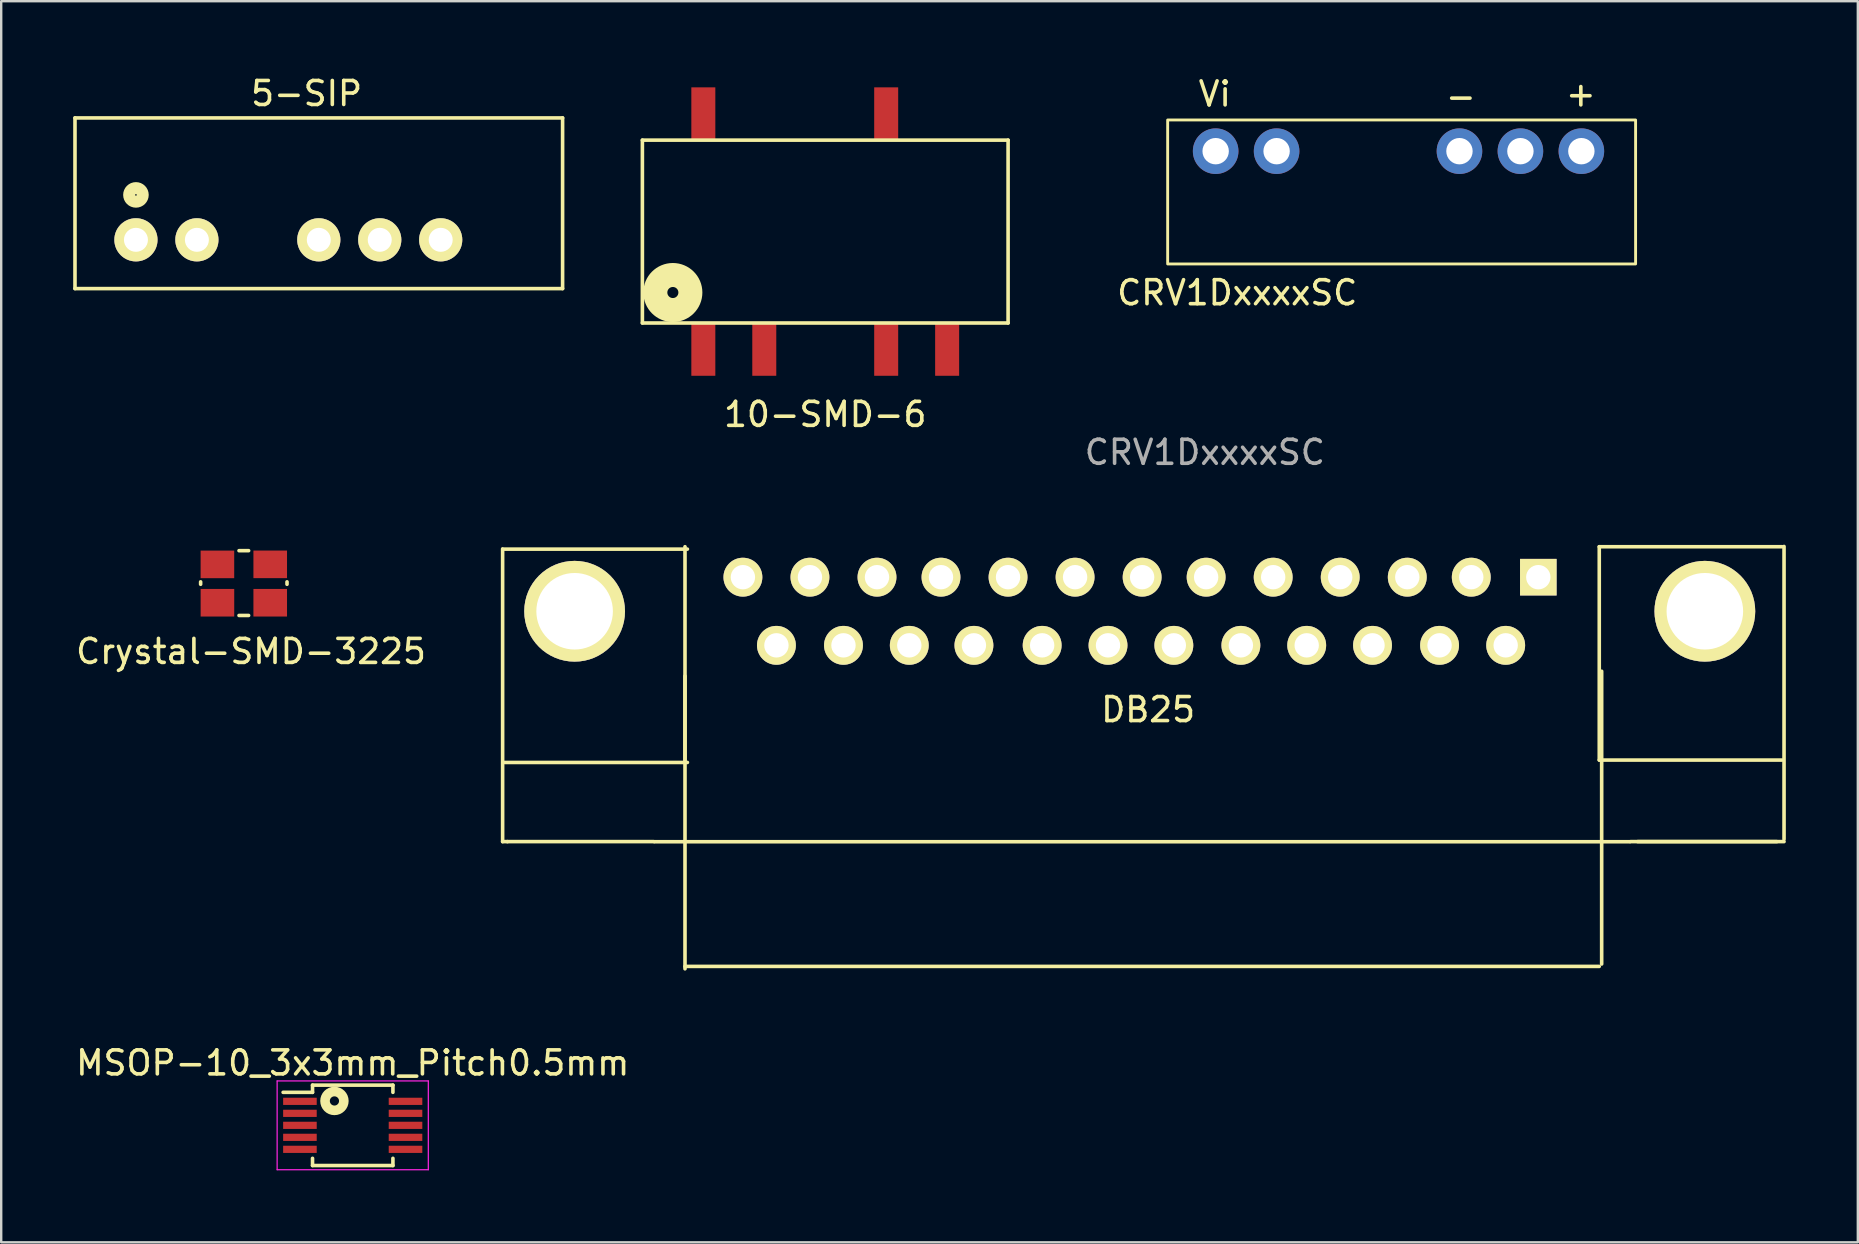
<source format=kicad_pcb>
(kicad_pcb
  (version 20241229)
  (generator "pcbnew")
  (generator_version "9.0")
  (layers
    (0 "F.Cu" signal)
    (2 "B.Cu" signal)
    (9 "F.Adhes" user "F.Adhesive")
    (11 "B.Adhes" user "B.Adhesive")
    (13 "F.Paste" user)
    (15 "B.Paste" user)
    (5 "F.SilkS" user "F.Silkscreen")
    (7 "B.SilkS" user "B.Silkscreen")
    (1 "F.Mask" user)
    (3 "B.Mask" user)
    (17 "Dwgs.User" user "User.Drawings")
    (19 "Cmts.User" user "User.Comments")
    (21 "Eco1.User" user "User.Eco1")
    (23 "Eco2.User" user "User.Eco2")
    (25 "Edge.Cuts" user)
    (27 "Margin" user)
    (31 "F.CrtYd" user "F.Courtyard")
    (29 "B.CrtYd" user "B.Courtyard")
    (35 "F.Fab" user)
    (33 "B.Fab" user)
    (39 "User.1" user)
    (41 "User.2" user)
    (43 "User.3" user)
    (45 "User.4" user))
  (footprint "Crystal-SMD-3225"
    (layer "F.Cu")
    (at 5.311 19.898)
    (property "Reference" "Crystal-SMD-3225" (at 2.1 4.2 0) (layer "F.SilkS") (effects (font (size 1 1) (thickness 0.15))))
    (attr through_hole)
    (fp_line (start 0 1.4) (end 0 1.3) (stroke (width 0.15) (type solid)) (layer "F.SilkS"))
    (fp_line (start 1.6 0) (end 2 0) (stroke (width 0.15) (type solid)) (layer "F.SilkS"))
    (fp_line (start 1.6 2.7) (end 2 2.7) (stroke (width 0.15) (type solid)) (layer "F.SilkS"))
    (fp_line (start 3.6 1.4) (end 3.6 1.3) (stroke (width 0.15) (type solid)) (layer "F.SilkS"))
    (pad "1" smd rect (at 0.7 2.17) (size 1.4 1.15) (layers "F.Cu" "F.Mask" "F.Paste"))
    (pad "2" smd rect (at 2.9 2.17) (size 1.4 1.15) (layers "F.Cu" "F.Mask" "F.Paste"))
    (pad "3" smd rect (at 2.9 0.57) (size 1.4 1.15) (layers "F.Cu" "F.Mask" "F.Paste"))
    (pad "4" smd rect (at 0.699 0.572) (size 1.4 1.15) (layers "F.Cu" "F.Mask" "F.Paste")))
  (footprint "MSOP-10_3x3mm_Pitch0.5mm"
    (layer "F.Cu")
    (at 11.649 43.846)
    (property "Reference" "MSOP-10_3x3mm_Pitch0.5mm" (at 0 -2.6 0) (layer "F.SilkS") (effects (font (size 1 1) (thickness 0.15))))
    (attr smd)
    (fp_line (start -1.675 -1.675) (end -1.675 -1.375) (stroke (width 0.15) (type solid)) (layer "F.SilkS"))
    (fp_line (start -1.675 -1.675) (end 1.675 -1.675) (stroke (width 0.15) (type solid)) (layer "F.SilkS"))
    (fp_line (start -1.675 -1.375) (end -2.9 -1.375) (stroke (width 0.15) (type solid)) (layer "F.SilkS"))
    (fp_line (start -1.675 1.675) (end -1.675 1.375) (stroke (width 0.15) (type solid)) (layer "F.SilkS"))
    (fp_line (start -1.675 1.675) (end 1.675 1.675) (stroke (width 0.15) (type solid)) (layer "F.SilkS"))
    (fp_line (start 1.675 -1.675) (end 1.675 -1.375) (stroke (width 0.15) (type solid)) (layer "F.SilkS"))
    (fp_line (start 1.675 1.675) (end 1.675 1.375) (stroke (width 0.15) (type solid)) (layer "F.SilkS"))
    (fp_circle (center -0.762 -1.016) (end -0.57 -1.016) (stroke (width 0.4) (type solid)) (fill no) (layer "F.SilkS"))
    (fp_line (start -3.15 -1.85) (end -3.15 1.85) (stroke (width 0.05) (type solid)) (layer "F.CrtYd"))
    (fp_line (start -3.15 -1.85) (end 3.15 -1.85) (stroke (width 0.05) (type solid)) (layer "F.CrtYd"))
    (fp_line (start -3.15 1.85) (end 3.15 1.85) (stroke (width 0.05) (type solid)) (layer "F.CrtYd"))
    (fp_line (start 3.15 -1.85) (end 3.15 1.85) (stroke (width 0.05) (type solid)) (layer "F.CrtYd"))
    (pad "1" smd rect (at -2.2 -1) (size 1.4 0.3) (layers "F.Cu" "F.Mask" "F.Paste"))
    (pad "2" smd rect (at -2.2 -0.5) (size 1.4 0.3) (layers "F.Cu" "F.Mask" "F.Paste"))
    (pad "3" smd rect (at -2.2 0) (size 1.4 0.3) (layers "F.Cu" "F.Mask" "F.Paste"))
    (pad "4" smd rect (at -2.2 0.5) (size 1.4 0.3) (layers "F.Cu" "F.Mask" "F.Paste"))
    (pad "5" smd rect (at -2.2 1) (size 1.4 0.3) (layers "F.Cu" "F.Mask" "F.Paste"))
    (pad "6" smd rect (at 2.2 1) (size 1.4 0.3) (layers "F.Cu" "F.Mask" "F.Paste"))
    (pad "7" smd rect (at 2.2 0.5) (size 1.4 0.3) (layers "F.Cu" "F.Mask" "F.Paste"))
    (pad "8" smd rect (at 2.2 0) (size 1.4 0.3) (layers "F.Cu" "F.Mask" "F.Paste"))
    (pad "9" smd rect (at 2.2 -0.5) (size 1.4 0.3) (layers "F.Cu" "F.Mask" "F.Paste"))
    (pad "10" smd rect (at 2.2 -1) (size 1.4 0.3) (layers "F.Cu" "F.Mask" "F.Paste")))
  (footprint "DB25"
    (layer "F.Cu")
    (at 20.896 22.423)
    (property "Reference" "DB25" (at 23.9 4.1 180) (layer "F.SilkS") (effects (font (size 1 1) (thickness 0.15))))
    (attr through_hole)
    (fp_line (start -3 9.6) (end -3 -2.6) (stroke (width 0.15) (type solid)) (layer "F.SilkS"))
    (fp_line (start -2.92 6.3) (end 4.7 6.3) (stroke (width 0.15) (type solid)) (layer "F.SilkS"))
    (fp_line (start -2.8 9.6) (end -3 9.6) (stroke (width 0.15) (type solid)) (layer "F.SilkS"))
    (fp_line (start 3.3 9.6) (end -2.8 9.6) (stroke (width 0.15) (type solid)) (layer "F.SilkS"))
    (fp_line (start 4.6 6.2) (end 4.6 -2.69) (stroke (width 0.15) (type solid)) (layer "F.SilkS"))
    (fp_line (start 4.6 14.8) (end 42.7 14.8) (stroke (width 0.15) (type solid)) (layer "F.SilkS"))
    (fp_line (start 4.6 14.9) (end 4.6 2.7) (stroke (width 0.15) (type solid)) (layer "F.SilkS"))
    (fp_line (start 4.7 -2.59) (end -2.92 -2.59) (stroke (width 0.15) (type solid)) (layer "F.SilkS"))
    (fp_line (start 42.7 6.2) (end 42.7 -2.69) (stroke (width 0.15) (type solid)) (layer "F.SilkS"))
    (fp_line (start 42.8 14.7) (end 42.8 2.5) (stroke (width 0.15) (type solid)) (layer "F.SilkS"))
    (fp_line (start 43.97 9.605) (end 3.33 9.605) (stroke (width 0.15) (type solid)) (layer "F.SilkS"))
    (fp_line (start 50.1 9.6) (end 44 9.6) (stroke (width 0.15) (type solid)) (layer "F.SilkS"))
    (fp_line (start 50.32 -2.69) (end 42.7 -2.69) (stroke (width 0.15) (type solid)) (layer "F.SilkS"))
    (fp_line (start 50.32 6.2) (end 42.7 6.2) (stroke (width 0.15) (type solid)) (layer "F.SilkS"))
    (fp_line (start 50.4 9.5) (end 50.4 -2.7) (stroke (width 0.15) (type solid)) (layer "F.SilkS"))
    (fp_line (start 50.4 9.6) (end 44.3 9.6) (stroke (width 0.15) (type solid)) (layer "F.SilkS"))
    (pad "1" thru_hole rect (at 40.16 -1.42 180) (size 1.524 1.524) (drill 1.016) (layers "*.Cu" "*.Mask" "F.SilkS"))
    (pad "2" thru_hole circle (at 37.366 -1.42 180) (size 1.62 1.62) (drill 1.016) (layers "*.Cu" "*.Mask" "F.SilkS"))
    (pad "3" thru_hole circle (at 34.699 -1.42 180) (size 1.62 1.62) (drill 1.016) (layers "*.Cu" "*.Mask" "F.SilkS"))
    (pad "4" thru_hole circle (at 31.905 -1.42 180) (size 1.62 1.62) (drill 1.016) (layers "*.Cu" "*.Mask" "F.SilkS"))
    (pad "5" thru_hole circle (at 29.111 -1.42 180) (size 1.62 1.62) (drill 1.016) (layers "*.Cu" "*.Mask" "F.SilkS"))
    (pad "6" thru_hole circle (at 26.317 -1.42 180) (size 1.62 1.62) (drill 1.016) (layers "*.Cu" "*.Mask" "F.SilkS"))
    (pad "7" thru_hole circle (at 23.65 -1.42 180) (size 1.62 1.62) (drill 1.016) (layers "*.Cu" "*.Mask" "F.SilkS"))
    (pad "8" thru_hole circle (at 20.856 -1.42 180) (size 1.62 1.62) (drill 1.016) (layers "*.Cu" "*.Mask" "F.SilkS"))
    (pad "9" thru_hole circle (at 18.062 -1.42 180) (size 1.62 1.62) (drill 1.016) (layers "*.Cu" "*.Mask" "F.SilkS"))
    (pad "10" thru_hole circle (at 15.268 -1.42 180) (size 1.62 1.62) (drill 1.016) (layers "*.Cu" "*.Mask" "F.SilkS"))
    (pad "11" thru_hole circle (at 12.601 -1.42 180) (size 1.62 1.62) (drill 1.016) (layers "*.Cu" "*.Mask" "F.SilkS"))
    (pad "12" thru_hole circle (at 9.807 -1.42 180) (size 1.62 1.62) (drill 1.016) (layers "*.Cu" "*.Mask" "F.SilkS"))
    (pad "13" thru_hole circle (at 7.013 -1.42 180) (size 1.62 1.62) (drill 1.016) (layers "*.Cu" "*.Mask" "F.SilkS"))
    (pad "14" thru_hole circle (at 38.8 1.42 180) (size 1.62 1.62) (drill 1.016) (layers "*.Cu" "*.Mask" "F.SilkS"))
    (pad "15" thru_hole circle (at 36.045 1.42 180) (size 1.62 1.62) (drill 1.016) (layers "*.Cu" "*.Mask" "F.SilkS"))
    (pad "16" thru_hole circle (at 33.251 1.42 180) (size 1.62 1.62) (drill 1.016) (layers "*.Cu" "*.Mask" "F.SilkS"))
    (pad "17" thru_hole circle (at 30.508 1.42 180) (size 1.62 1.62) (drill 1.016) (layers "*.Cu" "*.Mask" "F.SilkS"))
    (pad "18" thru_hole circle (at 27.765 1.42 180) (size 1.62 1.62) (drill 1.016) (layers "*.Cu" "*.Mask" "F.SilkS"))
    (pad "19" thru_hole circle (at 24.971 1.42 180) (size 1.62 1.62) (drill 1.016) (layers "*.Cu" "*.Mask" "F.SilkS"))
    (pad "20" thru_hole circle (at 22.228 1.42 180) (size 1.62 1.62) (drill 1.016) (layers "*.Cu" "*.Mask" "F.SilkS"))
    (pad "21" thru_hole circle (at 19.484 1.42 180) (size 1.62 1.62) (drill 1.016) (layers "*.Cu" "*.Mask" "F.SilkS"))
    (pad "22" thru_hole circle (at 16.64 1.42 180) (size 1.62 1.62) (drill 1.016) (layers "*.Cu" "*.Mask" "F.SilkS"))
    (pad "23" thru_hole circle (at 13.947 1.42 180) (size 1.62 1.62) (drill 1.016) (layers "*.Cu" "*.Mask" "F.SilkS"))
    (pad "24" thru_hole circle (at 11.204 1.42 180) (size 1.62 1.62) (drill 1.016) (layers "*.Cu" "*.Mask" "F.SilkS"))
    (pad "25" thru_hole circle (at 8.41 1.42 180) (size 1.62 1.62) (drill 1.016) (layers "*.Cu" "*.Mask" "F.SilkS"))
    (pad "26" thru_hole circle (at 0 0 180) (size 4.2 4.2) (drill 3.19) (layers "*.Cu" "*.Mask" "F.SilkS"))
    (pad "26" thru_hole circle (at 47.1 0 180) (size 4.2 4.2) (drill 3.19) (layers "*.Cu" "*.Mask" "F.SilkS")))
  (footprint "10-SMD-6"
    (layer "F.Cu")
    (at 23.72 0.25)
    (property "Reference" "10-SMD-6" (at 7.62 13.97 0) (layer "F.SilkS") (effects (font (size 1 1) (thickness 0.15))))
    (attr through_hole)
    (fp_line (start 0 2.54) (end 15.24 2.54) (stroke (width 0.15) (type solid)) (layer "F.SilkS"))
    (fp_line (start 0 10.16) (end 0 2.54) (stroke (width 0.15) (type solid)) (layer "F.SilkS"))
    (fp_line (start 15.24 2.54) (end 15.24 10.16) (stroke (width 0.15) (type solid)) (layer "F.SilkS"))
    (fp_line (start 15.24 10.16) (end 0 10.16) (stroke (width 0.15) (type solid)) (layer "F.SilkS"))
    (fp_circle (center 1.27 8.89) (end 1.5 8.89) (stroke (width 1) (type solid)) (fill no) (layer "F.SilkS"))
    (pad "1" smd rect (at 2.54 10.16) (size 1 2.2) (drill (offset 0 1.1)) (layers "F.Cu" "F.Mask" "F.Paste"))
    (pad "2" smd rect (at 5.08 10.16) (size 1 2.2) (drill (offset 0 1.1)) (layers "F.Cu" "F.Mask" "F.Paste"))
    (pad "4" smd rect (at 10.16 10.16) (size 1 2.2) (drill (offset 0 1.1)) (layers "F.Cu" "F.Mask" "F.Paste"))
    (pad "5" smd rect (at 12.7 10.16) (size 1 2.2) (drill (offset 0 1.1)) (layers "F.Cu" "F.Mask" "F.Paste"))
    (pad "7" smd rect (at 10.16 2.54) (size 1 2.2) (drill (offset 0 -1.1)) (layers "F.Cu" "F.Mask" "F.Paste"))
    (pad "10" smd rect (at 2.54 2.54) (size 1 2.2) (drill (offset 0 -1.1)) (layers "F.Cu" "F.Mask" "F.Paste")))
  (footprint "CRV1DxxxxSC"
    (layer "F.Cu")
    (at 47.61 3.25)
    (property "Reference" "CRV1DxxxxSC" (at 0.9 5.9 0) (unlocked yes) (layer "F.SilkS") (effects (font (size 1 1) (thickness 0.15))))
    (attr through_hole)
    (fp_rect (start -2 -1.3) (end 17.5 4.7) (stroke (width 0.12) (type default)) (fill no) (layer "F.SilkS"))
    (fp_text user "-" (at 9.5 -1.7 0) (unlocked yes) (layer "F.SilkS") (effects (font (size 1 1) (thickness 0.15)) (justify left bottom)))
    (fp_text user "+" (at 14.5 -1.8 0) (unlocked yes) (layer "F.SilkS") (effects (font (size 1 1) (thickness 0.15)) (justify left bottom)))
    (fp_text user "Vi" (at -0.8 -1.8 0) (unlocked yes) (layer "F.SilkS") (effects (font (size 1 1) (thickness 0.15)) (justify left bottom)))
    (fp_text user "${REFERENCE}" (at -0.45 12.55 0) (unlocked yes) (layer "F.Fab") (effects (font (size 1 1) (thickness 0.15))))
    (pad "1" thru_hole circle (at 0 0 180) (size 1.9 1.9) (drill 1.1) (layers "*.Cu" "*.Mask"))
    (pad "2" thru_hole circle (at 2.54 0 180) (size 1.9 1.9) (drill 1.1) (layers "*.Cu" "*.Mask"))
    (pad "5" thru_hole circle (at 10.16 0 180) (size 1.9 1.9) (drill 1.1) (layers "*.Cu" "*.Mask"))
    (pad "6" thru_hole circle (at 12.7 0 180) (size 1.9 1.9) (drill 1.1) (layers "*.Cu" "*.Mask"))
    (pad "7" thru_hole circle (at 15.24 0 180) (size 1.9 1.9) (drill 1.1) (layers "*.Cu" "*.Mask")))
  (footprint "5-SIP"
    (layer "F.Cu")
    (at 0.583 2.372)
    (property "Reference" "5-SIP" (at 9.144 -1.524 0) (layer "F.SilkS") (effects (font (size 1 1) (thickness 0.15))))
    (attr through_hole)
    (fp_line (start -0.508 -0.508) (end -0.508 6.604) (stroke (width 0.15) (type solid)) (layer "F.SilkS"))
    (fp_line (start -0.508 6.604) (end 19.812 6.604) (stroke (width 0.15) (type solid)) (layer "F.SilkS"))
    (fp_line (start 19.812 -0.508) (end -0.508 -0.508) (stroke (width 0.15) (type solid)) (layer "F.SilkS"))
    (fp_line (start 19.812 6.604) (end 19.812 -0.508) (stroke (width 0.15) (type solid)) (layer "F.SilkS"))
    (fp_circle (center 2.032 2.7) (end 2.232 2.9) (stroke (width 0.5) (type solid)) (fill no) (layer "F.SilkS"))
    (pad "1" thru_hole circle (at 2.032 4.572 90) (size 1.8 1.8) (drill 1) (layers "*.Cu" "*.Mask" "F.SilkS"))
    (pad "2" thru_hole circle (at 4.572 4.572 90) (size 1.8 1.8) (drill 1) (layers "*.Cu" "*.Mask" "F.SilkS"))
    (pad "4" thru_hole circle (at 9.652 4.572 90) (size 1.8 1.8) (drill 1) (layers "*.Cu" "*.Mask" "F.SilkS"))
    (pad "5" thru_hole circle (at 12.192 4.572 90) (size 1.8 1.8) (drill 1) (layers "*.Cu" "*.Mask" "F.SilkS"))
    (pad "6" thru_hole circle (at 14.732 4.572 90) (size 1.8 1.8) (drill 1) (layers "*.Cu" "*.Mask" "F.SilkS")))
  (gr_rect
    (start -3 -3)
    (end 74.371 48.721)
    (stroke (width 0.1) (type default))
    (fill no)
    (layer "Edge.Cuts")))
</source>
